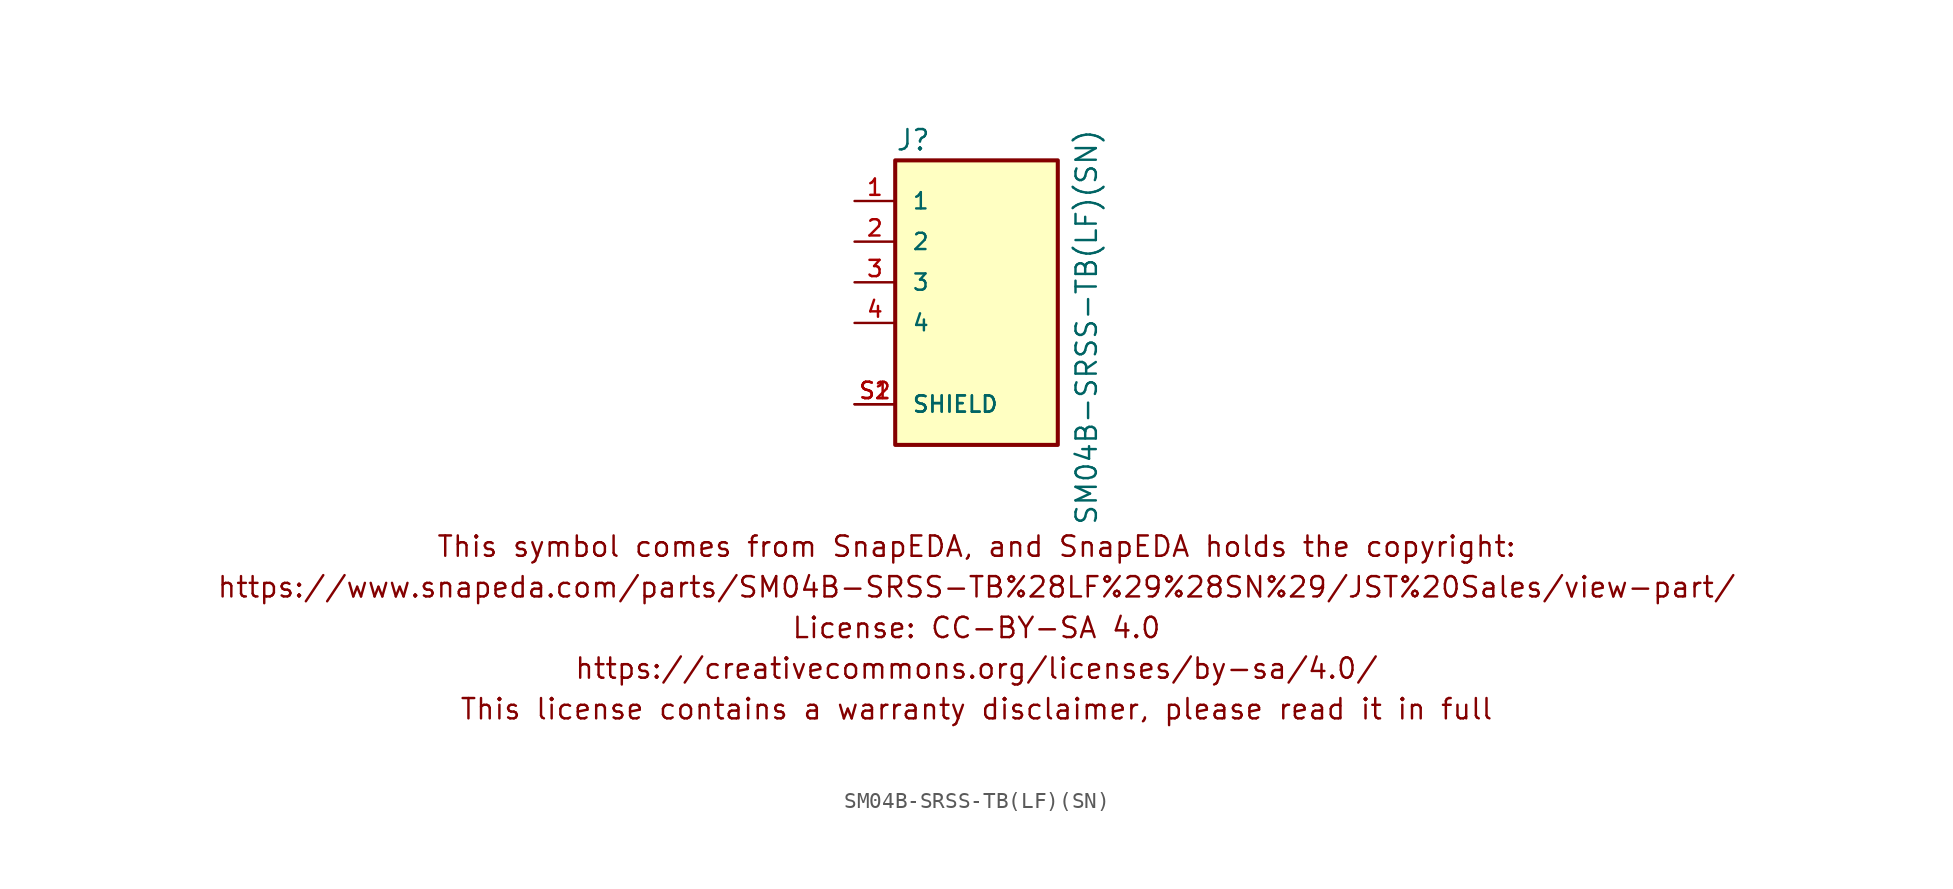
<source format=kicad_sym>
(kicad_symbol_lib
  (version 20211014)
  (generator kicad_symbol_editor)
  (symbol "SM04B-SRSS-TB(LF)(SN)"
    (pin_names
      (offset 1.016))
    (property "Reference" "J"
      (at -5.083 8.143 0)
      (effects (font (size 1.27 1.27)) (justify left bottom)))
    (property "Value" "SM04B-SRSS-TB(LF)(SN)"
      (at 7.62 -15.24 90)
      (effects (font (size 1.27 1.27)) (justify left bottom)))
    (symbol "SM04B-SRSS-TB(LF)(SN)_0_0"
      (rectangle (start -5.08 -10.16) (end 5.08 7.62) (stroke (width 0.254) (type default) (color 0 0 0 0)) (fill (type background)))
      (text "https://creativecommons.org/licenses/by-sa/4.0/" (at 0 -24.13 0) (effects (font (size 1.27 1.27))))
      (text "https://www.snapeda.com/parts/SM04B-SRSS-TB%28LF%29%28SN%29/JST%20Sales/view-part/" (at 0 -19.05 0) (effects (font (size 1.27 1.27))))
      (text "License: CC-BY-SA 4.0" (at 0 -21.59 0) (effects (font (size 1.27 1.27))))
      (text "This license contains a warranty disclaimer, please read it in full" (at 0 -26.67 0) (effects (font (size 1.27 1.27))))
      (text "This symbol comes from SnapEDA, and SnapEDA holds the copyright:" (at 0 -16.51 0) (effects (font (size 1.27 1.27))))
      (pin passive line (at -7.62 5.08 0) (length 2.54) (name "1" (effects (font (size 1.016 1.016)))) (number "1" (effects (font (size 1.016 1.016)))))
      (pin passive line (at -7.62 2.54 0) (length 2.54) (name "2" (effects (font (size 1.016 1.016)))) (number "2" (effects (font (size 1.016 1.016)))))
      (pin passive line (at -7.62 0 0) (length 2.54) (name "3" (effects (font (size 1.016 1.016)))) (number "3" (effects (font (size 1.016 1.016)))))
      (pin passive line (at -7.62 -2.54 0) (length 2.54) (name "4" (effects (font (size 1.016 1.016)))) (number "4" (effects (font (size 1.016 1.016)))))
      (pin passive line (at -7.62 -7.62 0) (length 2.54) (name "SHIELD" (effects (font (size 1.016 1.016)))) (number "S1" (effects (font (size 1.016 1.016)))))
      (pin passive line (at -7.62 -7.62 0) (length 2.54) (name "SHIELD" (effects (font (size 1.016 1.016)))) (number "S2" (effects (font (size 1.016 1.016))))))))
</source>
